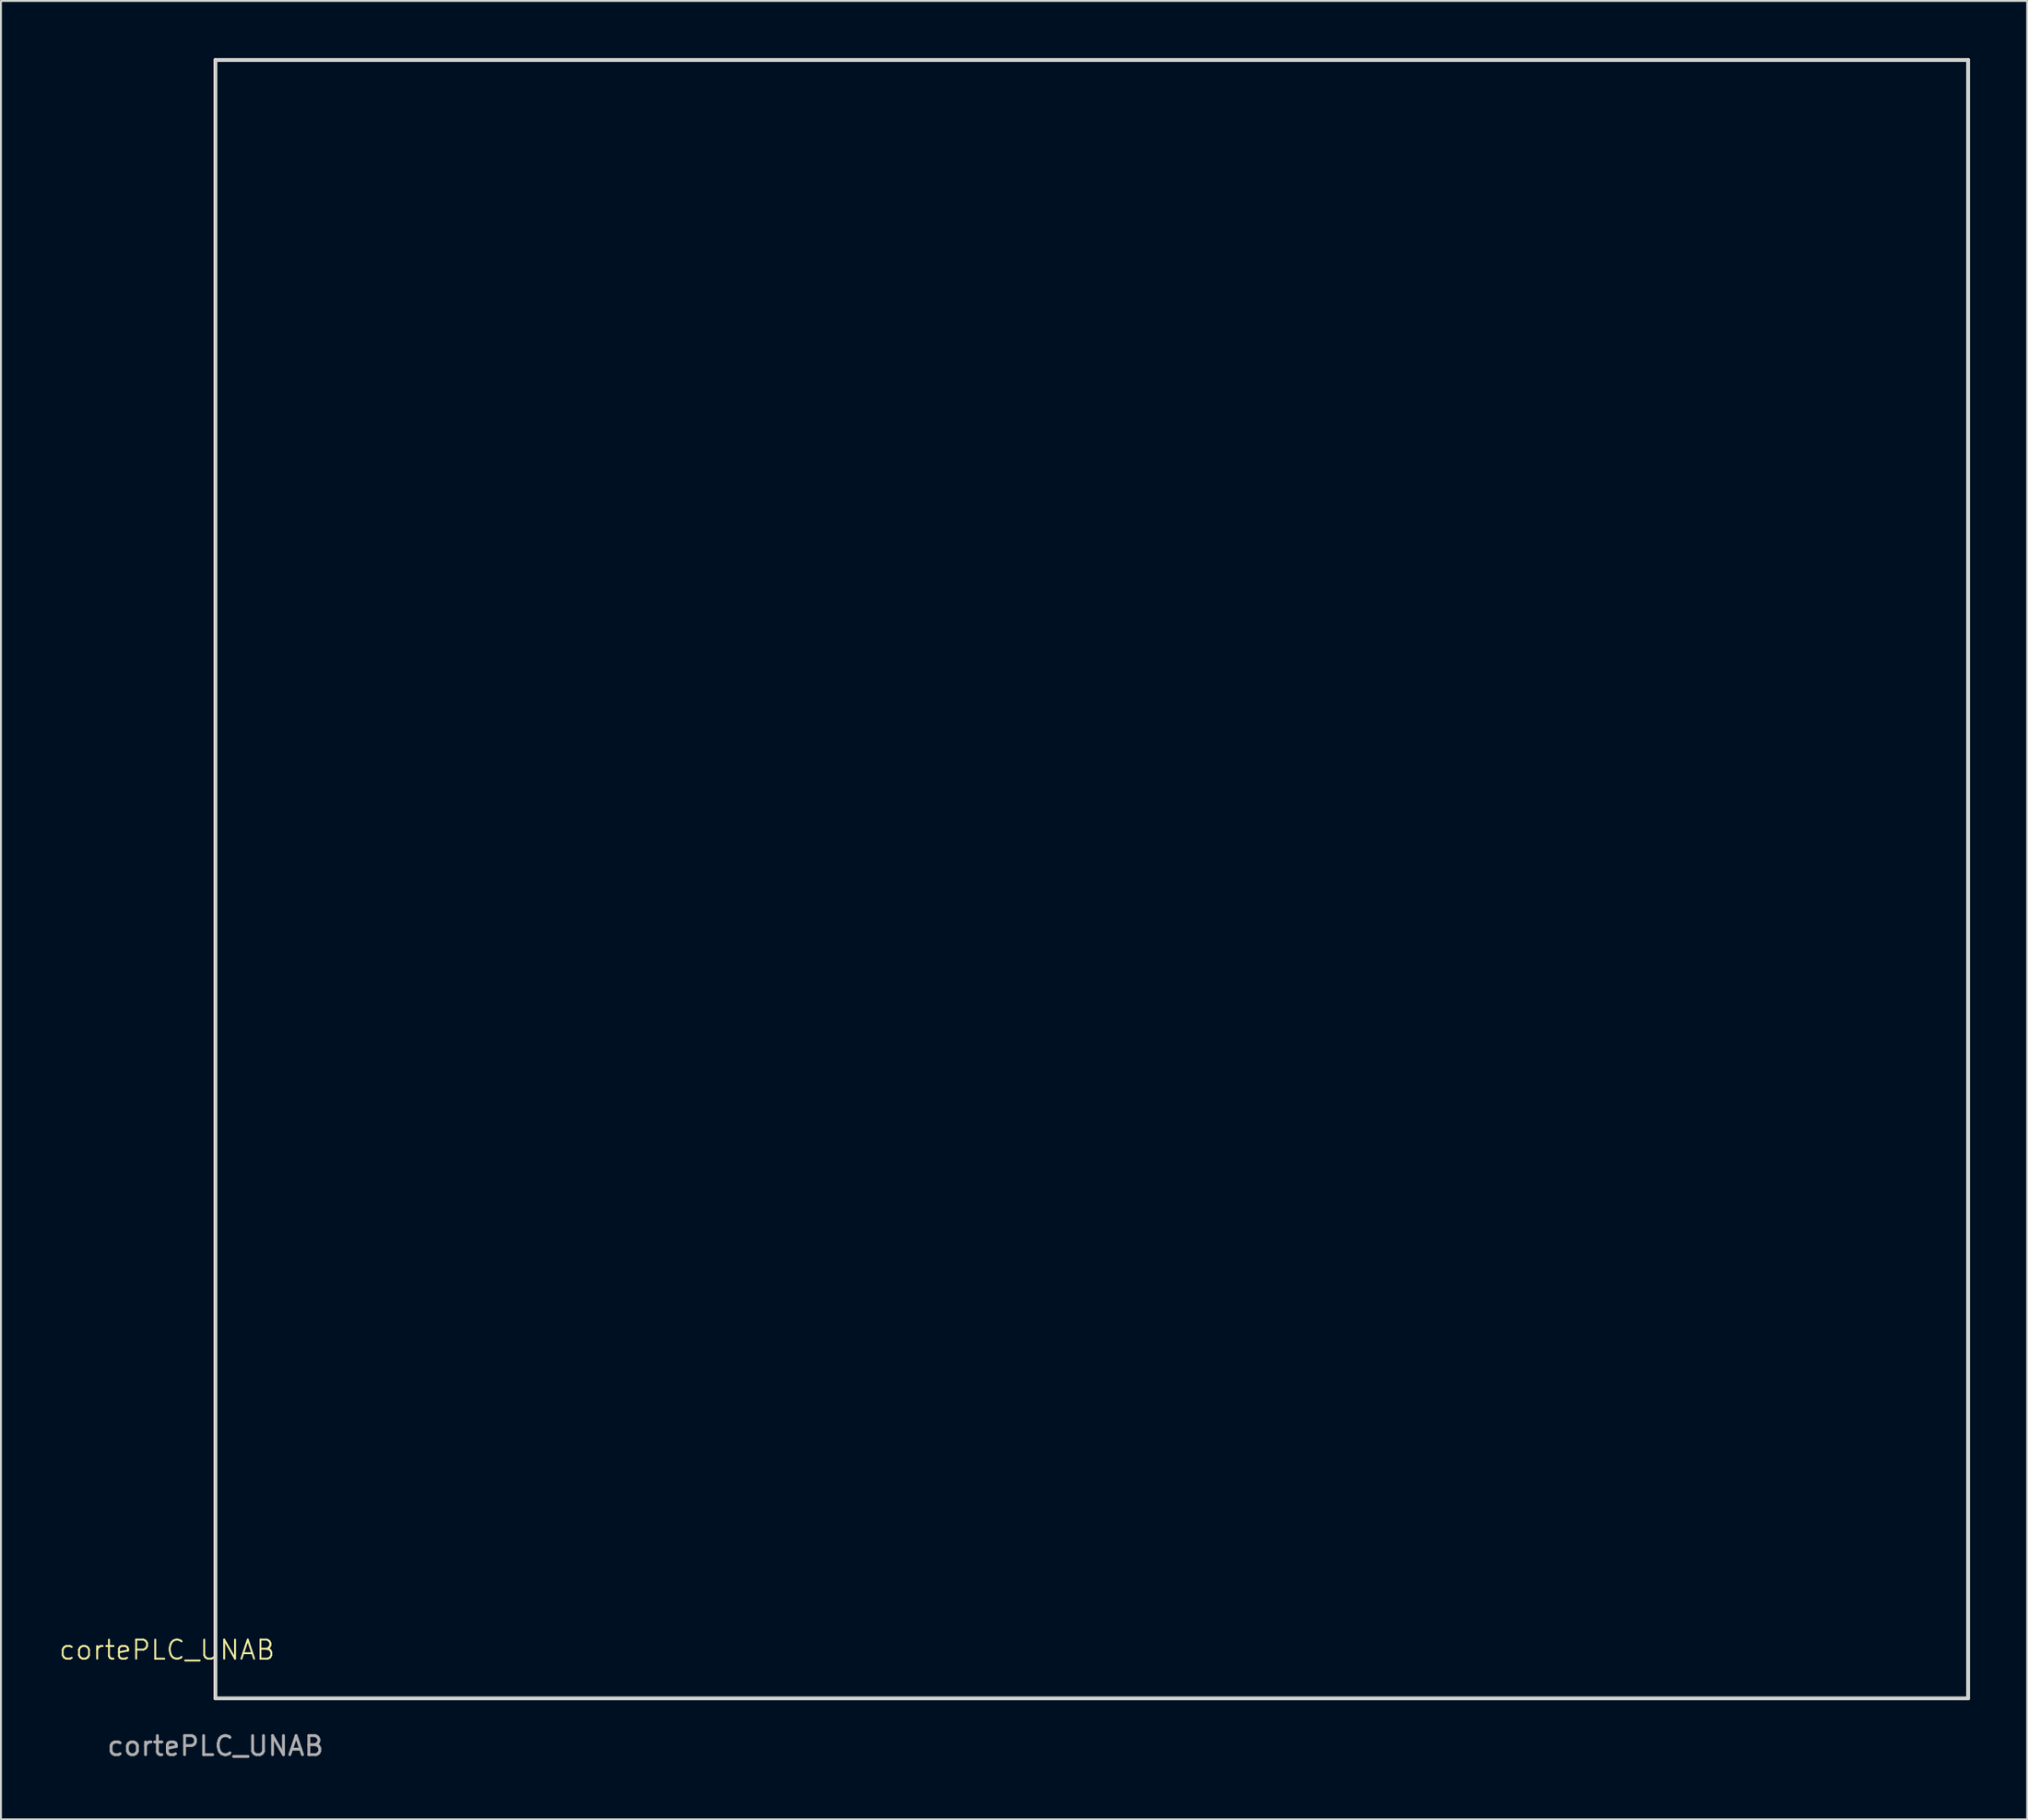
<source format=kicad_pcb>
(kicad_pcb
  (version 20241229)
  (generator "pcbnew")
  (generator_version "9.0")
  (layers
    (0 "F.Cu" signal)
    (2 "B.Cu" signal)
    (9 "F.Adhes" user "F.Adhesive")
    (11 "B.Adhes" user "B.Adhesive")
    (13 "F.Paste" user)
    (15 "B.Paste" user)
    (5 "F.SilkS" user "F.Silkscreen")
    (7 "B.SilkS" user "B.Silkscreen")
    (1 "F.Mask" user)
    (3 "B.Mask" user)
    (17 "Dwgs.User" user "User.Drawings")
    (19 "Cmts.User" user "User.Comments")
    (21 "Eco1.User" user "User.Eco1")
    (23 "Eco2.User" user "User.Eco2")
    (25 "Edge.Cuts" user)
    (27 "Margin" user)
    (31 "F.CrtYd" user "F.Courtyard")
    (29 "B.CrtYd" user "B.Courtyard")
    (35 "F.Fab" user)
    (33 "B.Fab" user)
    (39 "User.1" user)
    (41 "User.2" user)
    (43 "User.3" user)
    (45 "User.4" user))
  (footprint "cortePLC_UNAB"
    (layer "F.Cu")
    (at 8.257 86.1)
    (property "Reference" "cortePLC_UNAB" (at -2.54 -2.54 0) (unlocked yes) (layer "F.SilkS") (effects (font (size 1 1) (thickness 0.1))))
    (fp_line (start 0 -86) (end 92 -86) (stroke (width 0.2) (type solid)) (layer "Edge.Cuts"))
    (fp_line (start 0 0) (end 0 -86) (stroke (width 0.2) (type solid)) (layer "Edge.Cuts"))
    (fp_line (start 92 -86) (end 92 0) (stroke (width 0.2) (type solid)) (layer "Edge.Cuts"))
    (fp_line (start 92 0) (end 0 0) (stroke (width 0.2) (type solid)) (layer "Edge.Cuts"))
    (fp_text user "${REFERENCE}" (at 0 2.5 0) (unlocked yes) (layer "F.Fab") (effects (font (size 1 1) (thickness 0.15)))))
  (gr_rect
    (start -3 -3)
    (end 103.357 92.448)
    (stroke (width 0.1) (type default))
    (fill no)
    (layer "Edge.Cuts")))
</source>
